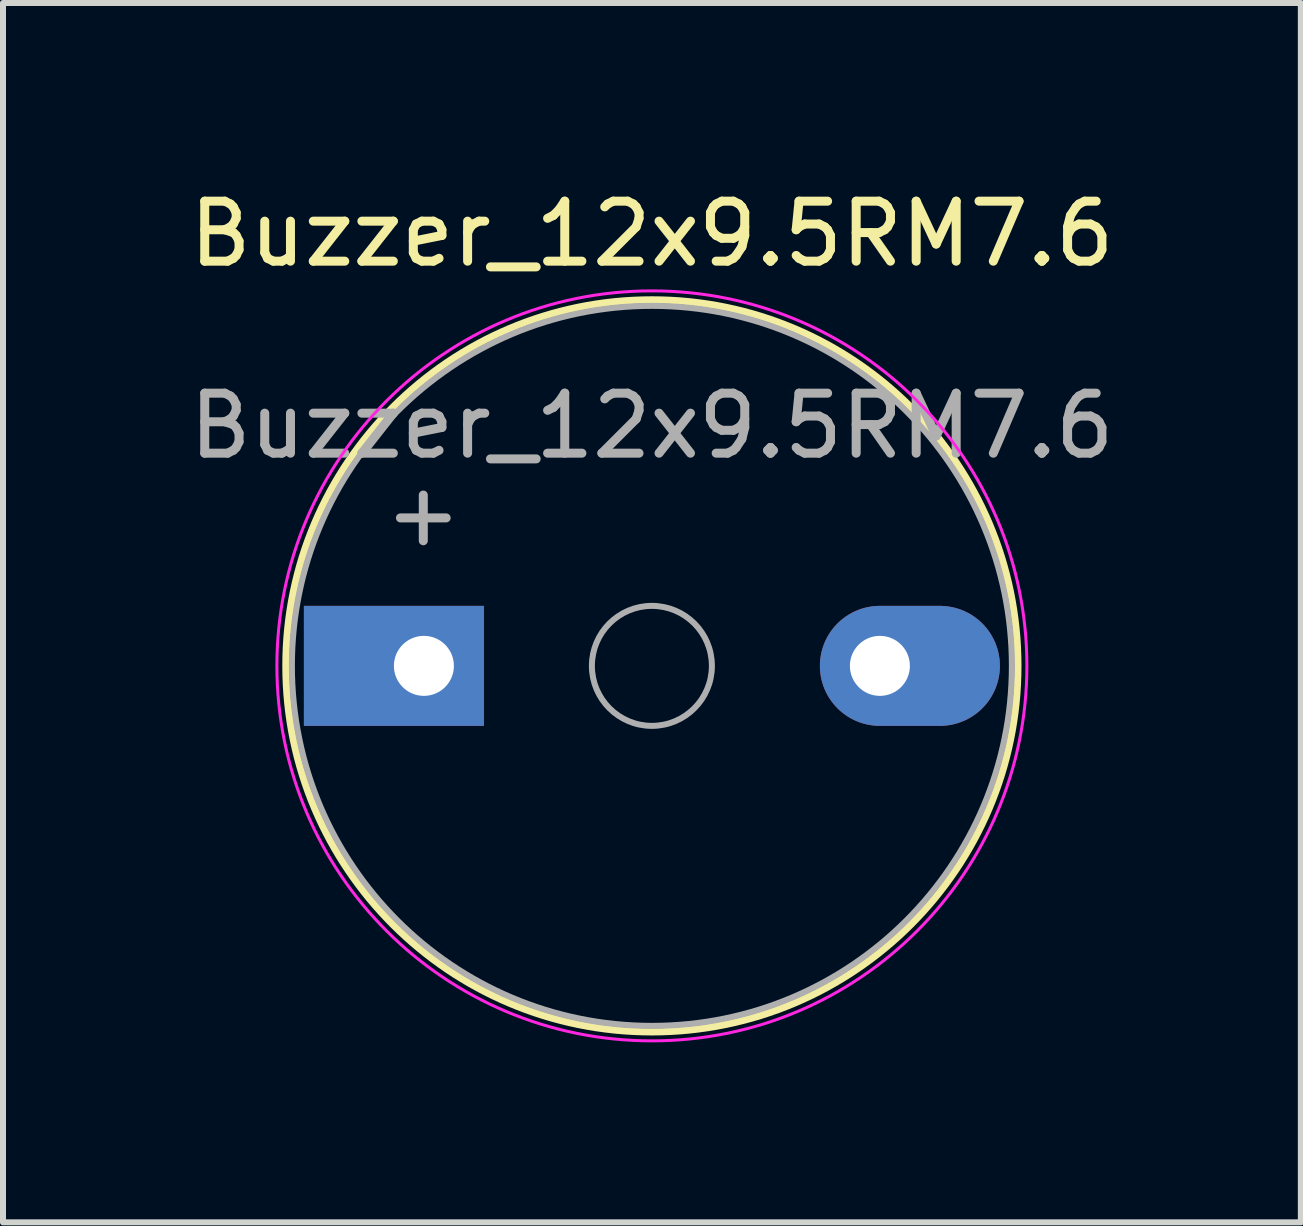
<source format=kicad_pcb>
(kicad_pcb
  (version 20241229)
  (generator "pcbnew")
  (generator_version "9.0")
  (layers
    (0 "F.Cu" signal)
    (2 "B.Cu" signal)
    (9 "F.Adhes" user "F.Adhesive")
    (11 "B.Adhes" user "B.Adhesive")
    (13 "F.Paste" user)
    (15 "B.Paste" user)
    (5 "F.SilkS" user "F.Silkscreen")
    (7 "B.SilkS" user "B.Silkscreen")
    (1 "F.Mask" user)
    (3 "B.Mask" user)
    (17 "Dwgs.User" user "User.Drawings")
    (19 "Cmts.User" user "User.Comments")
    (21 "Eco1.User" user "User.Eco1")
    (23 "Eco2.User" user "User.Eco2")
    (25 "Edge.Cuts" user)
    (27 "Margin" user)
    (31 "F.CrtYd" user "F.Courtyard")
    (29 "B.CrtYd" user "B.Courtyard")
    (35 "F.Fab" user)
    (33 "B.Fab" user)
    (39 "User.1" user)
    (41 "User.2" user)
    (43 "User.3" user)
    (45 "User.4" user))
  (footprint "Buzzer_12x9.5RM7.6"
    (layer "F.Cu")
    (at 4.015 8.048)
    (property "Reference" "Buzzer_12x9.5RM7.6" (at 3.8 -7.2 0) (layer "F.SilkS") (effects (font (size 1 1) (thickness 0.15))))
    (attr through_hole)
    (fp_circle (center 3.8 0) (end 9.9 0) (stroke (width 0.12) (type solid)) (fill no) (layer "F.SilkS"))
    (fp_circle (center 3.8 0) (end 10.05 0) (stroke (width 0.05) (type solid)) (fill no) (layer "F.CrtYd"))
    (fp_circle (center 3.8 0) (end 4.8 0) (stroke (width 0.1) (type solid)) (fill no) (layer "F.Fab"))
    (fp_circle (center 3.8 0) (end 9.8 0) (stroke (width 0.1) (type solid)) (fill no) (layer "F.Fab"))
    (fp_text user "${REFERENCE}" (at 3.8 -4 0) (layer "F.Fab") (effects (font (size 1 1) (thickness 0.15))))
    (fp_text user "+" (at -0.01 -2.54 0) (layer "F.Fab") (effects (font (size 1 1) (thickness 0.15))))
    (pad "1" thru_hole rect (at 0 0) (size 3 2) (drill 1 (offset -0.5 0)) (layers "*.Cu" "*.Mask"))
    (pad "2" thru_hole oval (at 7.6 0) (size 3 2) (drill 1 (offset 0.5 0)) (layers "*.Cu" "*.Mask")))
  (gr_rect
    (start -3 -3)
    (end 18.631 17.323)
    (stroke (width 0.1) (type default))
    (fill no)
    (layer "Edge.Cuts")))
</source>
